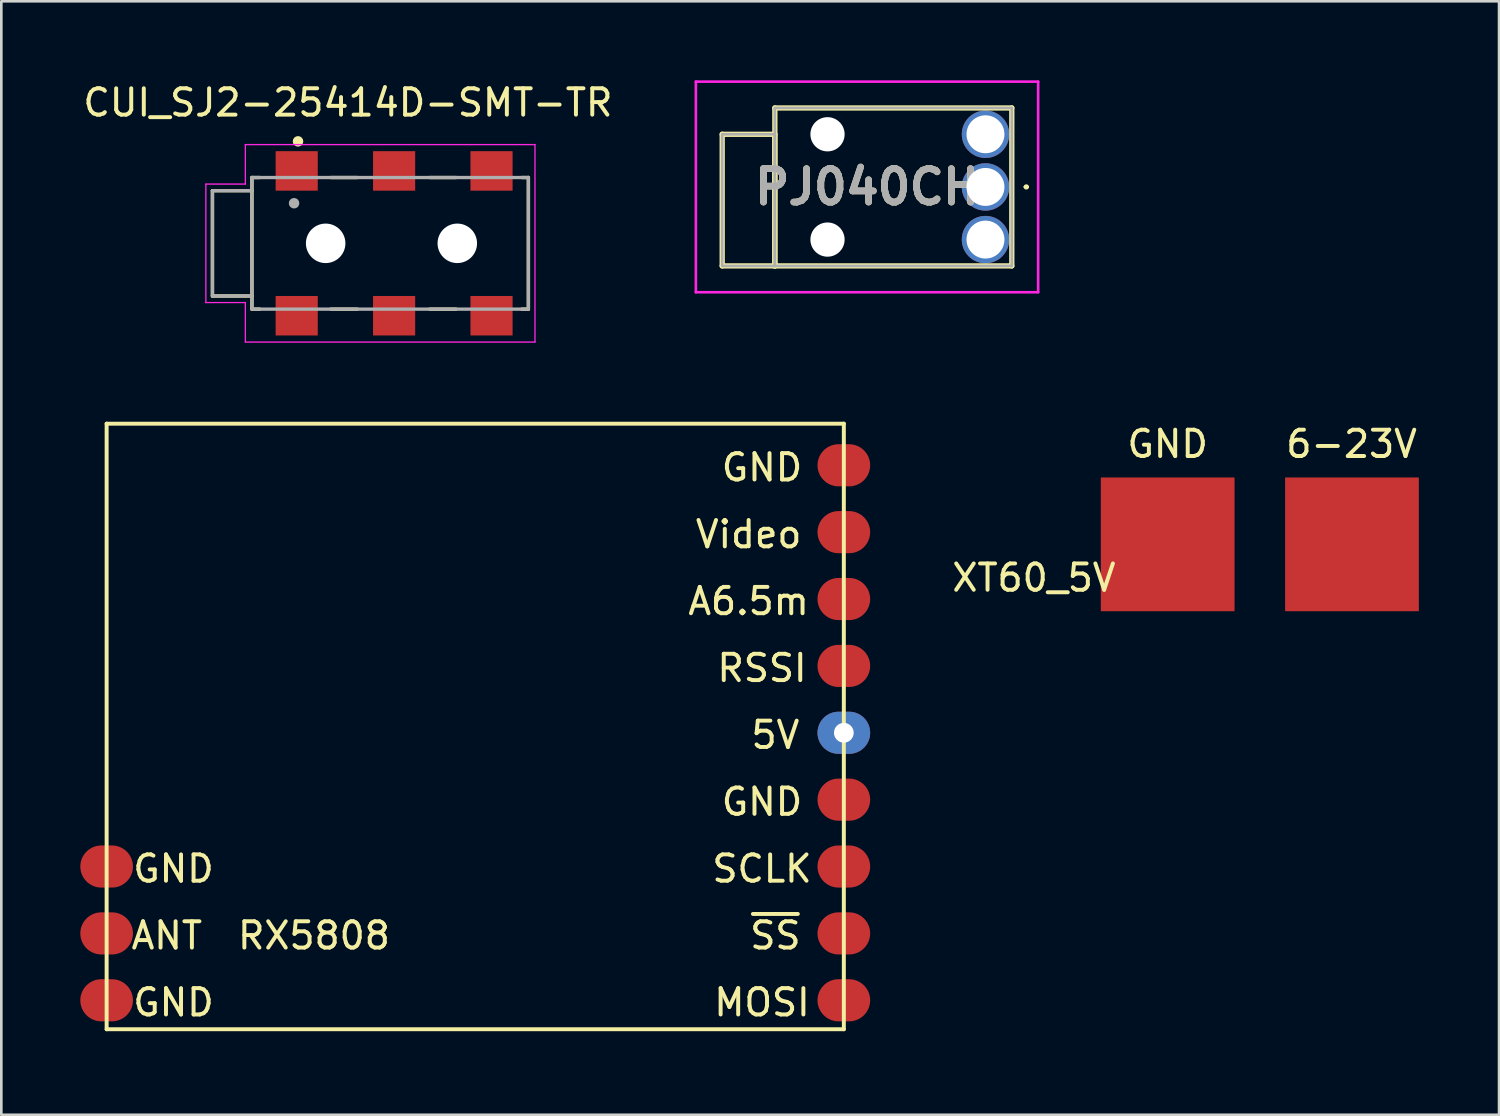
<source format=kicad_pcb>
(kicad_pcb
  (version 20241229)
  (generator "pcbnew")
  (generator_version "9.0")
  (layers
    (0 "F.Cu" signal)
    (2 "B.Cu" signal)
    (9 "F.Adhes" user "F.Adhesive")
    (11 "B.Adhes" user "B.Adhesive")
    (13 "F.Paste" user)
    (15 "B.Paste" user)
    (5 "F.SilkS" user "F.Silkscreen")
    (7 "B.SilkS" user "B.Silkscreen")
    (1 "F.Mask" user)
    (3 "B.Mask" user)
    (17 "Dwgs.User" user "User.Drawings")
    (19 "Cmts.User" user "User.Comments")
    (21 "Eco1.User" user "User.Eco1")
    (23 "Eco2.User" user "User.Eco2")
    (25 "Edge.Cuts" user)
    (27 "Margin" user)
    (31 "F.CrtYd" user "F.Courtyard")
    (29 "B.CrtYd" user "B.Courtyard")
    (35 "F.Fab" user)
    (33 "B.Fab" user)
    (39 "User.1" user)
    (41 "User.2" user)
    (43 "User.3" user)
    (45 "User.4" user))
  (footprint "CUI_SJ2-25414D-SMT-TR"
    (layer "F.Cu")
    (at 11.819 6.192)
    (property "Reference" "CUI_SJ2-25414D-SMT-TR" (at -1.654 -5.343 0) (layer "F.SilkS") (effects (font (size 1.002 1.002) (thickness 0.15))))
    (attr through_hole)
    (fp_line (start -6.8 -2) (end -6.8 2) (stroke (width 0.127) (type solid)) (layer "F.SilkS"))
    (fp_line (start -6.8 2) (end -5.3 2) (stroke (width 0.127) (type solid)) (layer "F.SilkS"))
    (fp_line (start -5.3 -2.5) (end -5 -2.5) (stroke (width 0.127) (type solid)) (layer "F.SilkS"))
    (fp_line (start -5.3 -2) (end -6.8 -2) (stroke (width 0.127) (type solid)) (layer "F.SilkS"))
    (fp_line (start -5.3 -2) (end -5.3 -2.5) (stroke (width 0.127) (type solid)) (layer "F.SilkS"))
    (fp_line (start -5.3 2) (end -5.3 -2) (stroke (width 0.127) (type solid)) (layer "F.SilkS"))
    (fp_line (start -5.3 2.5) (end -5.3 2) (stroke (width 0.127) (type solid)) (layer "F.SilkS"))
    (fp_line (start -5.3 2.5) (end -5 2.5) (stroke (width 0.127) (type solid)) (layer "F.SilkS"))
    (fp_line (start -2.3 -2.5) (end -1.3 -2.5) (stroke (width 0.127) (type solid)) (layer "F.SilkS"))
    (fp_line (start -2.3 2.5) (end -1.3 2.5) (stroke (width 0.127) (type solid)) (layer "F.SilkS"))
    (fp_line (start 1.45 -2.5) (end 2.45 -2.5) (stroke (width 0.127) (type solid)) (layer "F.SilkS"))
    (fp_line (start 1.45 2.5) (end 2.45 2.5) (stroke (width 0.127) (type solid)) (layer "F.SilkS"))
    (fp_line (start 4.95 -2.5) (end 5.2 -2.5) (stroke (width 0.127) (type solid)) (layer "F.SilkS"))
    (fp_line (start 4.95 2.5) (end 5.2 2.5) (stroke (width 0.127) (type solid)) (layer "F.SilkS"))
    (fp_line (start 5.2 -2.5) (end 5.2 2.5) (stroke (width 0.127) (type solid)) (layer "F.SilkS"))
    (fp_circle (center -3.55 -3.873) (end -3.45 -3.873) (stroke (width 0.2) (type solid)) (fill no) (layer "F.SilkS"))
    (fp_line (start -7.05 -2.25) (end -5.55 -2.25) (stroke (width 0.05) (type solid)) (layer "F.CrtYd"))
    (fp_line (start -7.05 2.25) (end -7.05 -2.25) (stroke (width 0.05) (type solid)) (layer "F.CrtYd"))
    (fp_line (start -5.55 -3.75) (end 5.45 -3.75) (stroke (width 0.05) (type solid)) (layer "F.CrtYd"))
    (fp_line (start -5.55 -2.25) (end -5.55 -3.75) (stroke (width 0.05) (type solid)) (layer "F.CrtYd"))
    (fp_line (start -5.55 2.25) (end -7.05 2.25) (stroke (width 0.05) (type solid)) (layer "F.CrtYd"))
    (fp_line (start -5.55 3.75) (end -5.55 2.25) (stroke (width 0.05) (type solid)) (layer "F.CrtYd"))
    (fp_line (start 5.45 -3.75) (end 5.45 3.75) (stroke (width 0.05) (type solid)) (layer "F.CrtYd"))
    (fp_line (start 5.45 3.75) (end -5.55 3.75) (stroke (width 0.05) (type solid)) (layer "F.CrtYd"))
    (fp_line (start -6.8 -2) (end -6.8 2) (stroke (width 0.127) (type solid)) (layer "F.Fab"))
    (fp_line (start -6.8 2) (end -5.3 2) (stroke (width 0.127) (type solid)) (layer "F.Fab"))
    (fp_line (start -5.3 -2.5) (end 5.2 -2.5) (stroke (width 0.127) (type solid)) (layer "F.Fab"))
    (fp_line (start -5.3 -2) (end -6.8 -2) (stroke (width 0.127) (type solid)) (layer "F.Fab"))
    (fp_line (start -5.3 -2) (end -5.3 -2.5) (stroke (width 0.127) (type solid)) (layer "F.Fab"))
    (fp_line (start -5.3 2) (end -5.3 -2) (stroke (width 0.127) (type solid)) (layer "F.Fab"))
    (fp_line (start -5.3 2.5) (end -5.3 2) (stroke (width 0.127) (type solid)) (layer "F.Fab"))
    (fp_line (start 5.2 -2.5) (end 5.2 2.5) (stroke (width 0.127) (type solid)) (layer "F.Fab"))
    (fp_line (start 5.2 2.5) (end -5.3 2.5) (stroke (width 0.127) (type solid)) (layer "F.Fab"))
    (fp_circle (center -3.7 -1.523) (end -3.6 -1.523) (stroke (width 0.2) (type solid)) (fill no) (layer "F.Fab"))
    (pad "" np_thru_hole circle (at -2.5 0) (size 1.5 1.5) (drill 1.5) (layers "*.Cu" "*.Mask"))
    (pad "" np_thru_hole circle (at 2.5 0) (size 1.5 1.5) (drill 1.5) (layers "*.Cu" "*.Mask"))
    (pad "1" smd rect (at -3.6 -2.75) (size 1.6 1.5) (layers "F.Cu" "F.Mask" "F.Paste"))
    (pad "2" smd rect (at 0.1 2.75) (size 1.6 1.5) (layers "F.Cu" "F.Mask" "F.Paste"))
    (pad "3" smd rect (at 0.1 -2.75) (size 1.6 1.5) (layers "F.Cu" "F.Mask" "F.Paste"))
    (pad "4" smd rect (at -3.6 2.75) (size 1.6 1.5) (layers "F.Cu" "F.Mask" "F.Paste"))
    (pad "10" smd rect (at 3.8 2.75) (size 1.6 1.5) (layers "F.Cu" "F.Mask" "F.Paste"))
    (pad "11" smd rect (at 3.8 -2.75) (size 1.6 1.5) (layers "F.Cu" "F.Mask" "F.Paste")))
  (footprint "RX5808"
    (layer "F.Cu")
    (at 1 36.042)
    (property "Reference" "RX5808" (at 7.874 -3.556 0) (layer "F.SilkS") (effects (font (size 1 1) (thickness 0.15))))
    (attr through_hole)
    (fp_line (start 0 -23) (end 0 0) (stroke (width 0.15) (type solid)) (layer "F.SilkS"))
    (fp_line (start 0 0) (end 28 0) (stroke (width 0.15) (type solid)) (layer "F.SilkS"))
    (fp_line (start 28 -23) (end 0 -23) (stroke (width 0.15) (type solid)) (layer "F.SilkS"))
    (fp_line (start 28 0) (end 28 -23) (stroke (width 0.15) (type solid)) (layer "F.SilkS"))
    (fp_text user "Video" (at 24.384 -18.796 0) (layer "F.SilkS") (effects (font (size 1 1) (thickness 0.15))))
    (fp_text user "ANT" (at 2.286 -3.556 0) (layer "F.SilkS") (effects (font (size 1 1) (thickness 0.15))))
    (fp_text user "MOSI" (at 24.892 -1.016 0) (layer "F.SilkS") (effects (font (size 1 1) (thickness 0.15))))
    (fp_text user "GND" (at 2.54 -1.016 0) (layer "F.SilkS") (effects (font (size 1 1) (thickness 0.15))))
    (fp_text user "GND" (at 2.54 -6.096 0) (layer "F.SilkS") (effects (font (size 1 1) (thickness 0.15))))
    (fp_text user "~{SS}" (at 25.4 -3.556 0) (layer "F.SilkS") (effects (font (size 1 1) (thickness 0.15))))
    (fp_text user "GND" (at 24.892 -21.336 0) (layer "F.SilkS") (effects (font (size 1 1) (thickness 0.15))))
    (fp_text user "5V" (at 25.4 -11.176 0) (layer "F.SilkS") (effects (font (size 1 1) (thickness 0.15))))
    (fp_text user "SCLK" (at 24.892 -6.096 0) (layer "F.SilkS") (effects (font (size 1 1) (thickness 0.15))))
    (fp_text user "A6.5m" (at 24.384 -16.256 0) (layer "F.SilkS") (effects (font (size 1 1) (thickness 0.15))))
    (fp_text user "RSSI" (at 24.892 -13.716 0) (layer "F.SilkS") (effects (font (size 1 1) (thickness 0.15))))
    (fp_text user "GND" (at 24.892 -8.636 0) (layer "F.SilkS") (effects (font (size 1 1) (thickness 0.15))))
    (pad "1" smd oval (at 28 -21.42) (size 2 1.6) (layers "F.Cu" "F.Mask" "F.Paste"))
    (pad "2" smd oval (at 28 -18.88) (size 2 1.6) (layers "F.Cu" "F.Mask" "F.Paste"))
    (pad "3" smd oval (at 28 -16.34) (size 2 1.6) (layers "F.Cu" "F.Mask" "F.Paste"))
    (pad "4" smd oval (at 28 -13.8) (size 2 1.6) (layers "F.Cu" "F.Mask" "F.Paste"))
    (pad "5" thru_hole oval (at 28 -11.26) (size 2 1.6) (drill oval 0.75) (layers "*.Cu" "*.Mask"))
    (pad "6" smd oval (at 28 -8.72) (size 2 1.6) (layers "F.Cu" "F.Mask" "F.Paste"))
    (pad "7" smd oval (at 28 -6.18) (size 2 1.6) (layers "F.Cu" "F.Mask" "F.Paste"))
    (pad "8" smd oval (at 28 -3.64) (size 2 1.6) (layers "F.Cu" "F.Mask" "F.Paste"))
    (pad "9" smd oval (at 28 -1.1) (size 2 1.6) (layers "F.Cu" "F.Mask" "F.Paste"))
    (pad "10" smd oval (at 0 -6.18) (size 2 1.6) (layers "F.Cu" "F.Mask" "F.Paste"))
    (pad "11" smd oval (at 0 -3.64) (size 2 1.6) (layers "F.Cu" "F.Mask" "F.Paste"))
    (pad "12" smd oval (at 0 -1.1) (size 2 1.6) (layers "F.Cu" "F.Mask" "F.Paste")))
  (footprint "XT60_5V"
    (layer "F.Cu")
    (at 38.76 20.165)
    (property "Reference" "XT60_5V" (at -2.54 -1.27 0) (layer "F.SilkS") (effects (font (size 1 1) (thickness 0.15))))
    (attr through_hole)
    (fp_text user "GND" (at 2.54 -6.35 0) (layer "F.SilkS") (effects (font (size 1 1) (thickness 0.15))))
    (fp_text user "6-23V" (at 9.525 -6.35 0) (layer "F.SilkS") (effects (font (size 1 1) (thickness 0.15))))
    (pad "1" smd rect (at 2.54 -2.54) (size 5.08 5.08) (layers "F.Cu" "F.Mask" "F.Paste"))
    (pad "2" smd rect (at 9.54 -2.54) (size 5.08 5.08) (layers "F.Cu" "F.Mask" "F.Paste")))
  (footprint "PJ040CH"
    (layer "F.Cu")
    (at 34.38 4.05)
    (property "Reference" "PJ040CH" (at -4.5 0 0) (layer "F.SilkS") (effects (font (size 1.27 1.27) (thickness 0.254))))
    (attr through_hole)
    (fp_line (start -10 -2) (end -8 -2) (stroke (width 0.2) (type solid)) (layer "F.SilkS"))
    (fp_line (start -10 3) (end -10 -2) (stroke (width 0.2) (type solid)) (layer "F.SilkS"))
    (fp_line (start -8 -3) (end 1 -3) (stroke (width 0.2) (type solid)) (layer "F.SilkS"))
    (fp_line (start -8 -2) (end -8 3) (stroke (width 0.2) (type solid)) (layer "F.SilkS"))
    (fp_line (start -8 3) (end -10 3) (stroke (width 0.2) (type solid)) (layer "F.SilkS"))
    (fp_line (start -8 3) (end -8 -3) (stroke (width 0.2) (type solid)) (layer "F.SilkS"))
    (fp_line (start 1 -3) (end 1 3) (stroke (width 0.2) (type solid)) (layer "F.SilkS"))
    (fp_line (start 1 3) (end -8 3) (stroke (width 0.2) (type solid)) (layer "F.SilkS"))
    (fp_line (start 1.5 0) (end 1.5 0) (stroke (width 0.1) (type solid)) (layer "F.SilkS"))
    (fp_line (start 1.6 0) (end 1.6 0) (stroke (width 0.1) (type solid)) (layer "F.SilkS"))
    (fp_arc (start 1.5 0) (mid 1.55 -0.05) (end 1.6 0) (stroke (width 0.1) (type solid)) (layer "F.SilkS"))
    (fp_arc (start 1.6 0) (mid 1.55 0.05) (end 1.5 0) (stroke (width 0.1) (type solid)) (layer "F.SilkS"))
    (fp_line (start -11 -4) (end 2 -4) (stroke (width 0.1) (type solid)) (layer "F.CrtYd"))
    (fp_line (start -11 4) (end -11 -4) (stroke (width 0.1) (type solid)) (layer "F.CrtYd"))
    (fp_line (start 2 -4) (end 2 4) (stroke (width 0.1) (type solid)) (layer "F.CrtYd"))
    (fp_line (start 2 4) (end -11 4) (stroke (width 0.1) (type solid)) (layer "F.CrtYd"))
    (fp_line (start -10 -2) (end -8 -2) (stroke (width 0.1) (type solid)) (layer "F.Fab"))
    (fp_line (start -10 3) (end -10 -2) (stroke (width 0.1) (type solid)) (layer "F.Fab"))
    (fp_line (start -8 -3) (end -8 3) (stroke (width 0.1) (type solid)) (layer "F.Fab"))
    (fp_line (start -8 -2) (end -8 3) (stroke (width 0.1) (type solid)) (layer "F.Fab"))
    (fp_line (start -8 3) (end -10 3) (stroke (width 0.1) (type solid)) (layer "F.Fab"))
    (fp_line (start -8 3) (end 1 3) (stroke (width 0.1) (type solid)) (layer "F.Fab"))
    (fp_line (start 1 -3) (end -8 -3) (stroke (width 0.1) (type solid)) (layer "F.Fab"))
    (fp_line (start 1 3) (end 1 -3) (stroke (width 0.1) (type solid)) (layer "F.Fab"))
    (fp_text user "${REFERENCE}" (at -4.5 0 0) (layer "F.Fab") (effects (font (size 1.27 1.27) (thickness 0.254))))
    (pad "" np_thru_hole circle (at -6 -2) (size 1.3 1.3) (drill 1.3) (layers "*.Cu" "*.Mask"))
    (pad "" np_thru_hole circle (at -6 2) (size 1.3 1.3) (drill 1.3) (layers "*.Cu" "*.Mask"))
    (pad "1" thru_hole circle (at 0 0) (size 1.8 1.8) (drill 1.44) (layers "*.Cu" "*.Mask"))
    (pad "2" thru_hole circle (at 0 2) (size 1.8 1.8) (drill 1.44) (layers "*.Cu" "*.Mask"))
    (pad "3" thru_hole circle (at 0 -2) (size 1.8 1.8) (drill 1.44) (layers "*.Cu" "*.Mask")))
  (gr_rect
    (start -3 -3)
    (end 53.886 39.292)
    (stroke (width 0.1) (type default))
    (fill no)
    (layer "Edge.Cuts")))
</source>
